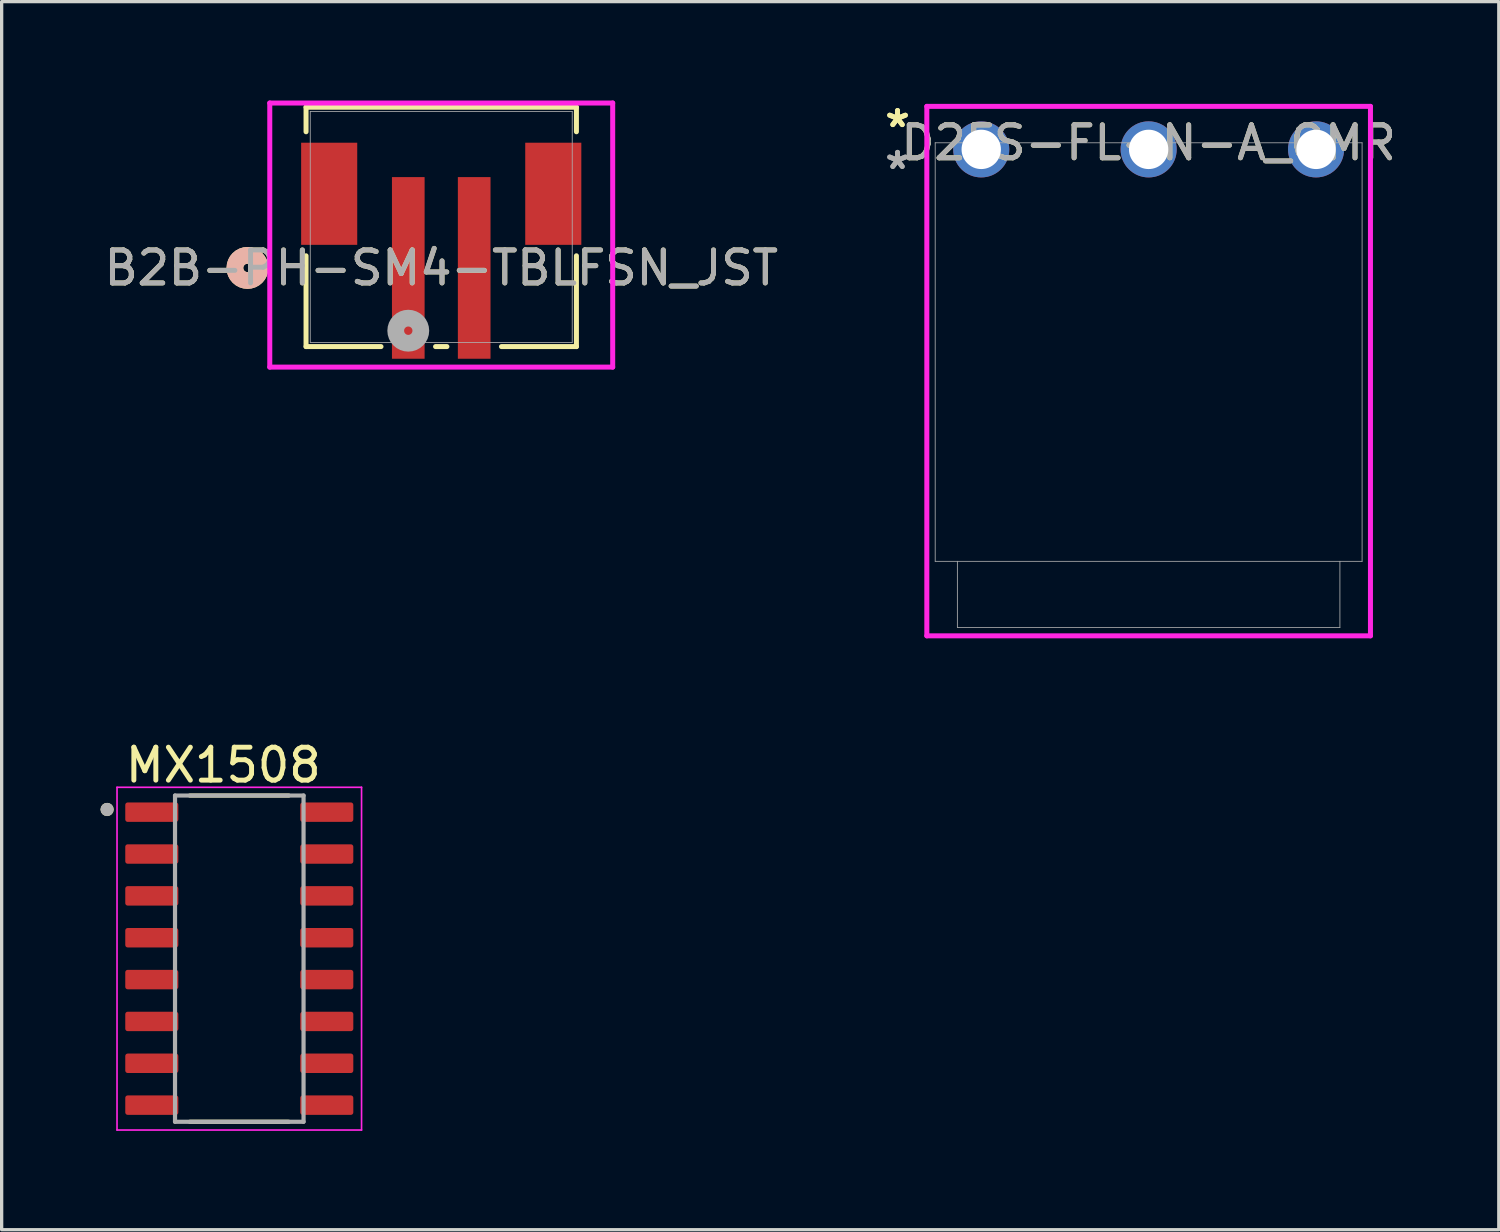
<source format=kicad_pcb>
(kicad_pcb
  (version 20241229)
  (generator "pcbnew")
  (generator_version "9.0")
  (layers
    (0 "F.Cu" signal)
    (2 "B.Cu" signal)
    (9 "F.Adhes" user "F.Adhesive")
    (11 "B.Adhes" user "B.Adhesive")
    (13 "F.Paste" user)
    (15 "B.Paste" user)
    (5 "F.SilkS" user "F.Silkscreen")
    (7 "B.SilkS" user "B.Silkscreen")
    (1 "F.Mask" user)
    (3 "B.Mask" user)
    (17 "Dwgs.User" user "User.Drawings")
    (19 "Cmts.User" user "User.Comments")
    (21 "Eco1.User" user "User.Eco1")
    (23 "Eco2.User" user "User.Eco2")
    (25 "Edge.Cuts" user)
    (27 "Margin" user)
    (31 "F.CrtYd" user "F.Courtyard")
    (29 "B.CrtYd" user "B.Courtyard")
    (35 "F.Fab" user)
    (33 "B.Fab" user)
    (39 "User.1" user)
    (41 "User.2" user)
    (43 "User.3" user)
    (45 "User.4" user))
  (footprint "B2B-PH-SM4-TBLFSN_JST"
    (layer "F.Cu")
    (at 10.339 3.835)
    (property "Reference" "B2B-PH-SM4-TBLFSN_JST" (at 0 1.245 0) (unlocked yes) (layer "F.SilkS") (effects (font (size 1 1) (thickness 0.15))))
    (attr smd)
    (fp_line (start -4.102 -3.632) (end -4.102 -2.887) (stroke (width 0.152) (type solid)) (layer "F.SilkS"))
    (fp_line (start -4.102 0.877) (end -4.102 3.632) (stroke (width 0.152) (type solid)) (layer "F.SilkS"))
    (fp_line (start -4.102 3.632) (end -1.828 3.632) (stroke (width 0.152) (type solid)) (layer "F.SilkS"))
    (fp_line (start -0.172 3.632) (end 0.172 3.632) (stroke (width 0.152) (type solid)) (layer "F.SilkS"))
    (fp_line (start 1.828 3.632) (end 4.102 3.632) (stroke (width 0.152) (type solid)) (layer "F.SilkS"))
    (fp_line (start 4.102 -3.632) (end -4.102 -3.632) (stroke (width 0.152) (type solid)) (layer "F.SilkS"))
    (fp_line (start 4.102 -2.887) (end 4.102 -3.632) (stroke (width 0.152) (type solid)) (layer "F.SilkS"))
    (fp_line (start 4.102 3.632) (end 4.102 0.877) (stroke (width 0.152) (type solid)) (layer "F.SilkS"))
    (fp_circle (center -5.88 1.245) (end -5.499 1.245) (stroke (width 0.508) (type solid)) (fill no) (layer "F.SilkS"))
    (fp_circle (center -5.88 1.245) (end -5.499 1.245) (stroke (width 0.508) (type solid)) (fill no) (layer "B.SilkS"))
    (fp_line (start -5.203 -3.759) (end -5.203 4.255) (stroke (width 0.152) (type solid)) (layer "F.CrtYd"))
    (fp_line (start -5.203 4.255) (end 5.203 4.255) (stroke (width 0.152) (type solid)) (layer "F.CrtYd"))
    (fp_line (start 5.203 -3.759) (end -5.203 -3.759) (stroke (width 0.152) (type solid)) (layer "F.CrtYd"))
    (fp_line (start 5.203 4.255) (end 5.203 -3.759) (stroke (width 0.152) (type solid)) (layer "F.CrtYd"))
    (fp_line (start -3.975 -3.505) (end -3.975 3.505) (stroke (width 0.025) (type solid)) (layer "F.Fab"))
    (fp_line (start -3.975 3.505) (end 3.975 3.505) (stroke (width 0.025) (type solid)) (layer "F.Fab"))
    (fp_line (start 3.975 -3.505) (end -3.975 -3.505) (stroke (width 0.025) (type solid)) (layer "F.Fab"))
    (fp_line (start 3.975 3.505) (end 3.975 -3.505) (stroke (width 0.025) (type solid)) (layer "F.Fab"))
    (fp_circle (center -1 3.15) (end -0.619 3.15) (stroke (width 0.508) (type solid)) (fill no) (layer "F.Fab"))
    (fp_text user "${REFERENCE}" (at 0 1.245 0) (unlocked yes) (layer "F.Fab") (effects (font (size 1 1) (thickness 0.15))))
    (pad "1" smd rect (at -1 1.245) (size 0.991 5.512) (layers "F.Cu" "F.Mask" "F.Paste"))
    (pad "2" smd rect (at 1 1.245) (size 0.991 5.512) (layers "F.Cu" "F.Mask" "F.Paste"))
    (pad "3" smd rect (at -3.4 -1.005 90) (size 3.099 1.702) (layers "F.Cu" "F.Mask" "F.Paste"))
    (pad "4" smd rect (at 3.4 -1.005 90) (size 3.099 1.702) (layers "F.Cu" "F.Mask" "F.Paste")))
  (footprint "D2FS-FL-N-A_OMR"
    (layer "F.Cu")
    (at 26.725 1.483)
    (property "Reference" "D2FS-FL-N-A_OMR" (at 5.08 -0.2 0) (unlocked yes) (layer "F.SilkS") (effects (font (size 1 1) (thickness 0.15))))
    (attr through_hole)
    (fp_line (start -1.651 -1.305) (end -1.651 14.761) (stroke (width 0.152) (type solid)) (layer "F.CrtYd"))
    (fp_line (start -1.651 14.761) (end 11.811 14.761) (stroke (width 0.152) (type solid)) (layer "F.CrtYd"))
    (fp_line (start 11.811 -1.305) (end -1.651 -1.305) (stroke (width 0.152) (type solid)) (layer "F.CrtYd"))
    (fp_line (start 11.811 14.761) (end 11.811 -1.305) (stroke (width 0.152) (type solid)) (layer "F.CrtYd"))
    (fp_line (start -1.397 -0.2) (end 11.557 -0.2) (stroke (width 0.025) (type solid)) (layer "F.Fab"))
    (fp_line (start -1.397 12.5) (end -1.397 -0.2) (stroke (width 0.025) (type solid)) (layer "F.Fab"))
    (fp_line (start -0.724 12.5) (end -0.724 14.507) (stroke (width 0.025) (type solid)) (layer "F.Fab"))
    (fp_line (start -0.724 14.507) (end 10.884 14.507) (stroke (width 0.025) (type solid)) (layer "F.Fab"))
    (fp_line (start 10.884 12.5) (end 10.884 14.507) (stroke (width 0.025) (type solid)) (layer "F.Fab"))
    (fp_line (start 11.557 -0.2) (end 11.557 12.5) (stroke (width 0.025) (type solid)) (layer "F.Fab"))
    (fp_line (start 11.557 12.5) (end -1.397 12.5) (stroke (width 0.025) (type solid)) (layer "F.Fab"))
    (fp_text user "*" (at -2.54 -0.635 0) (layer "F.SilkS") (effects (font (size 1 1) (thickness 0.15))))
    (fp_text user "*" (at -2.54 -0.635 0) (unlocked yes) (layer "F.SilkS") (effects (font (size 1 1) (thickness 0.15))))
    (fp_text user "${REFERENCE}" (at 5.08 -0.2 0) (unlocked yes) (layer "F.Fab") (effects (font (size 1 1) (thickness 0.15))))
    (fp_text user "*" (at -2.54 0.635 0) (layer "F.Fab") (effects (font (size 1 1) (thickness 0.15))))
    (fp_text user "*" (at -2.54 0.635 0) (unlocked yes) (layer "F.Fab") (effects (font (size 1 1) (thickness 0.15))))
    (pad "1" thru_hole circle (at 0 0) (size 1.702 1.702) (drill 1.194) (layers "*.Cu" "*.Mask"))
    (pad "2" thru_hole circle (at 5.08 0) (size 1.702 1.702) (drill 1.194) (layers "*.Cu" "*.Mask"))
    (pad "3" thru_hole circle (at 10.16 0) (size 1.702 1.702) (drill 1.194) (layers "*.Cu" "*.Mask")))
  (footprint "MX1508"
    (layer "F.Cu")
    (at 4.211 26.04)
    (property "Reference" "MX1508" (at -0.485 -5.872 0) (layer "F.SilkS") (effects (font (size 1 1) (thickness 0.15))))
    (attr smd)
    (fp_line (start -1.5 -4.95) (end 1.5 -4.95) (stroke (width 0.127) (type solid)) (layer "F.SilkS"))
    (fp_line (start -1.5 4.95) (end 1.5 4.95) (stroke (width 0.127) (type solid)) (layer "F.SilkS"))
    (fp_circle (center -4.011 -4.527) (end -3.911 -4.527) (stroke (width 0.2) (type solid)) (fill no) (layer "F.SilkS"))
    (fp_line (start -3.71 -5.2) (end -3.71 5.2) (stroke (width 0.05) (type solid)) (layer "F.CrtYd"))
    (fp_line (start -3.71 -5.2) (end 3.71 -5.2) (stroke (width 0.05) (type solid)) (layer "F.CrtYd"))
    (fp_line (start -3.71 5.2) (end 3.71 5.2) (stroke (width 0.05) (type solid)) (layer "F.CrtYd"))
    (fp_line (start 3.71 -5.2) (end 3.71 5.2) (stroke (width 0.05) (type solid)) (layer "F.CrtYd"))
    (fp_line (start -1.95 -4.95) (end -1.95 4.95) (stroke (width 0.127) (type solid)) (layer "F.Fab"))
    (fp_line (start -1.95 -4.95) (end 1.95 -4.95) (stroke (width 0.127) (type solid)) (layer "F.Fab"))
    (fp_line (start -1.95 4.95) (end 1.95 4.95) (stroke (width 0.127) (type solid)) (layer "F.Fab"))
    (fp_line (start 1.95 -4.95) (end 1.95 4.95) (stroke (width 0.127) (type solid)) (layer "F.Fab"))
    (fp_circle (center -4.011 -4.527) (end -3.911 -4.527) (stroke (width 0.2) (type solid)) (fill no) (layer "F.Fab"))
    (pad "1" smd roundrect (at -2.655 -4.445) (size 1.61 0.59) (layers "F.Cu" "F.Mask" "F.Paste") (roundrect_rratio 0.125))
    (pad "2" smd roundrect (at -2.655 -3.175) (size 1.61 0.59) (layers "F.Cu" "F.Mask" "F.Paste") (roundrect_rratio 0.125))
    (pad "3" smd roundrect (at -2.655 -1.905) (size 1.61 0.59) (layers "F.Cu" "F.Mask" "F.Paste") (roundrect_rratio 0.125))
    (pad "4" smd roundrect (at -2.655 -0.635) (size 1.61 0.59) (layers "F.Cu" "F.Mask" "F.Paste") (roundrect_rratio 0.125))
    (pad "5" smd roundrect (at -2.655 0.635) (size 1.61 0.59) (layers "F.Cu" "F.Mask" "F.Paste") (roundrect_rratio 0.125))
    (pad "6" smd roundrect (at -2.655 1.905) (size 1.61 0.59) (layers "F.Cu" "F.Mask" "F.Paste") (roundrect_rratio 0.125))
    (pad "7" smd roundrect (at -2.655 3.175) (size 1.61 0.59) (layers "F.Cu" "F.Mask" "F.Paste") (roundrect_rratio 0.125))
    (pad "8" smd roundrect (at -2.655 4.445) (size 1.61 0.59) (layers "F.Cu" "F.Mask" "F.Paste") (roundrect_rratio 0.125))
    (pad "9" smd roundrect (at 2.655 4.445) (size 1.61 0.59) (layers "F.Cu" "F.Mask" "F.Paste") (roundrect_rratio 0.125))
    (pad "10" smd roundrect (at 2.655 3.175) (size 1.61 0.59) (layers "F.Cu" "F.Mask" "F.Paste") (roundrect_rratio 0.125))
    (pad "11" smd roundrect (at 2.655 1.905) (size 1.61 0.59) (layers "F.Cu" "F.Mask" "F.Paste") (roundrect_rratio 0.125))
    (pad "12" smd roundrect (at 2.655 0.635) (size 1.61 0.59) (layers "F.Cu" "F.Mask" "F.Paste") (roundrect_rratio 0.125))
    (pad "13" smd roundrect (at 2.655 -0.635) (size 1.61 0.59) (layers "F.Cu" "F.Mask" "F.Paste") (roundrect_rratio 0.125))
    (pad "14" smd roundrect (at 2.655 -1.905) (size 1.61 0.59) (layers "F.Cu" "F.Mask" "F.Paste") (roundrect_rratio 0.125))
    (pad "15" smd roundrect (at 2.655 -3.175) (size 1.61 0.59) (layers "F.Cu" "F.Mask" "F.Paste") (roundrect_rratio 0.125))
    (pad "16" smd roundrect (at 2.655 -4.445) (size 1.61 0.59) (layers "F.Cu" "F.Mask" "F.Paste") (roundrect_rratio 0.125)))
  (gr_rect
    (start -3 -3)
    (end 42.43 34.265)
    (stroke (width 0.1) (type default))
    (fill no)
    (layer "Edge.Cuts")))
</source>
